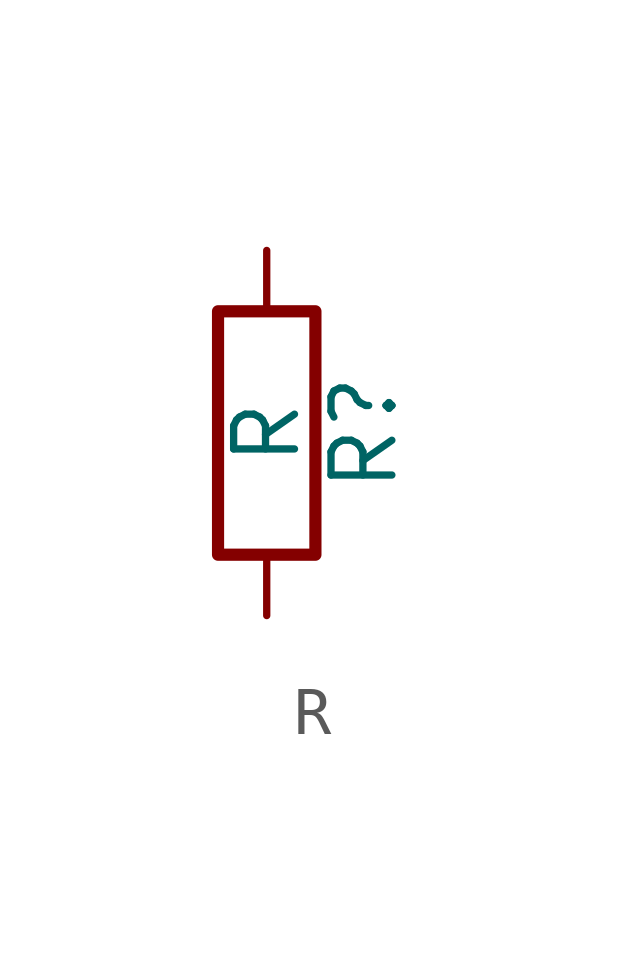
<source format=kicad_sym>
(kicad_symbol_lib
  (version 20231120)
  (generator "kicad_symbol_editor")
  (generator_version "8.0")
  (symbol "R"
    (pin_numbers hide)
    (pin_names
      (offset 0))
    (property "Reference" "R"
      (at 2.032 0 90)
      (effects (font (size 1.27 1.27))))
    (property "Value" "R"
      (at 0 0 90)
      (effects (font (size 1.27 1.27))))
    (symbol "R_0_1"
      (rectangle (start -1.016 2.54) (end 1.016 -2.54) (stroke (width 0.254) (type default)) (fill (type none))))
    (symbol "R_1_1"
      (pin passive line (at 0 3.81 270) (length 1.27) (name "~" (effects (font (size 1.27 1.27)))) (number "1" (effects (font (size 1.27 1.27)))))
      (pin passive line (at 0 -3.81 90) (length 1.27) (name "~" (effects (font (size 1.27 1.27)))) (number "2" (effects (font (size 1.27 1.27))))))))
</source>
